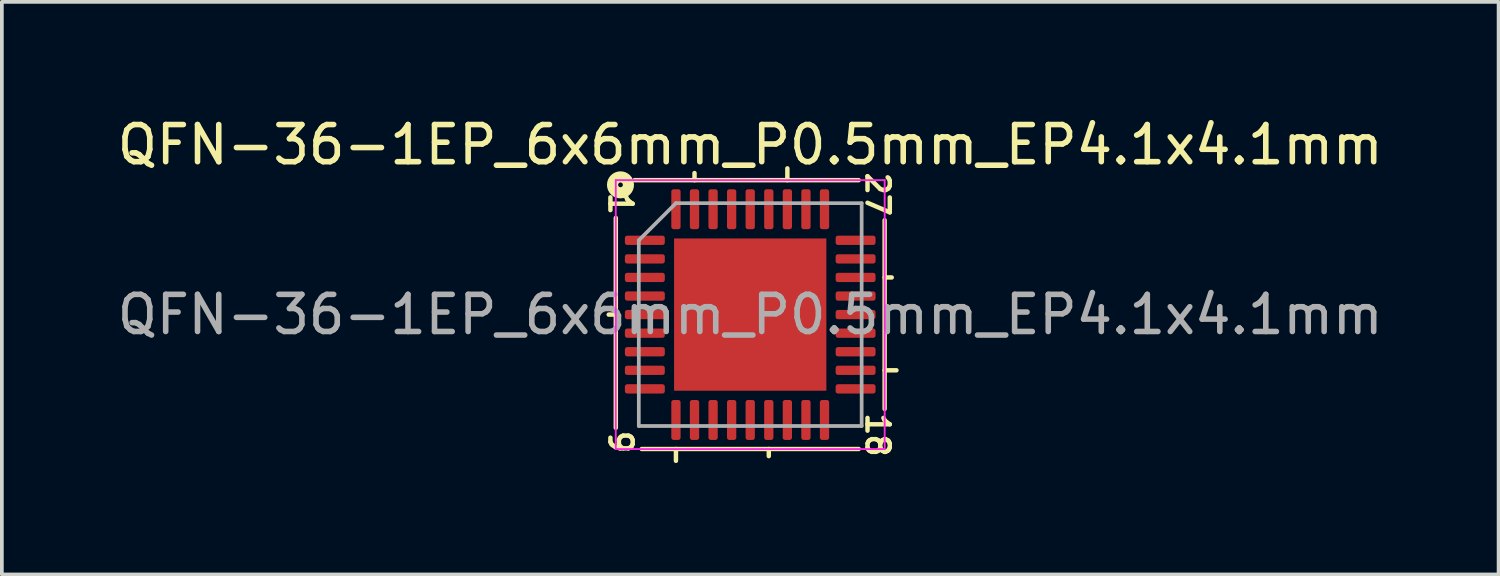
<source format=kicad_pcb>
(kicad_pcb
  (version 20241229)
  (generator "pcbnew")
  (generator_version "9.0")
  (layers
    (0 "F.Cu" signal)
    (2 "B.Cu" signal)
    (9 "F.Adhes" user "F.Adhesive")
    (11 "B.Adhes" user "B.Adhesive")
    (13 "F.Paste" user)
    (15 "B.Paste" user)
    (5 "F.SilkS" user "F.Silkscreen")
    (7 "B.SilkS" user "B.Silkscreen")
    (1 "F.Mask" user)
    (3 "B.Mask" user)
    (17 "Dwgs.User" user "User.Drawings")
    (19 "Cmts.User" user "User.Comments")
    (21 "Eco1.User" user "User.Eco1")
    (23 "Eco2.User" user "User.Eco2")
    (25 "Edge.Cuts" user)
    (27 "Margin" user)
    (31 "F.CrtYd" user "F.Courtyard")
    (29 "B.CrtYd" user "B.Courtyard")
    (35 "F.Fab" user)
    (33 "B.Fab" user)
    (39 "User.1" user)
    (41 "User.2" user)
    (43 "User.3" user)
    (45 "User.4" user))
  (footprint "QFN-36-1EP_6x6mm_P0.5mm_EP4.1x4.1mm"
    (layer "F.Cu")
    (at 17.149 5.42)
    (property "Reference" "QFN-36-1EP_6x6mm_P0.5mm_EP4.1x4.1mm" (at 0 -4.572 0) (layer "F.SilkS") (effects (font (size 1 1) (thickness 0.15))))
    (attr smd)
    (fp_line (start -3.619 -2.603) (end -3.619 3.048) (stroke (width 0.12) (type solid)) (layer "F.SilkS"))
    (fp_line (start -3.619 0) (end -3.81 0) (stroke (width 0.12) (type solid)) (layer "F.SilkS"))
    (fp_line (start -2.921 3.619) (end 2.921 3.619) (stroke (width 0.12) (type solid)) (layer "F.SilkS"))
    (fp_line (start -2 3.619) (end -2 3.937) (stroke (width 0.12) (type solid)) (layer "F.SilkS"))
    (fp_line (start -1.5 -3.619) (end -1.5 -3.81) (stroke (width 0.12) (type solid)) (layer "F.SilkS"))
    (fp_line (start 0.5 3.619) (end 0.5 3.81) (stroke (width 0.12) (type solid)) (layer "F.SilkS"))
    (fp_line (start 1 -3.619) (end 1 -3.937) (stroke (width 0.12) (type solid)) (layer "F.SilkS"))
    (fp_line (start 2.921 -3.619) (end -3.111 -3.619) (stroke (width 0.12) (type solid)) (layer "F.SilkS"))
    (fp_line (start 3.619 -1) (end 3.81 -1) (stroke (width 0.12) (type solid)) (layer "F.SilkS"))
    (fp_line (start 3.619 1.5) (end 3.937 1.5) (stroke (width 0.12) (type solid)) (layer "F.SilkS"))
    (fp_line (start 3.619 2.54) (end 3.619 -2.54) (stroke (width 0.12) (type solid)) (layer "F.SilkS"))
    (fp_circle (center -3.493 -3.493) (end -3.429 -3.493) (stroke (width 0.3) (type solid)) (fill no) (layer "F.SilkS"))
    (fp_line (start -3.62 -3.62) (end -3.62 3.62) (stroke (width 0.05) (type solid)) (layer "F.CrtYd"))
    (fp_line (start -3.62 3.62) (end 3.62 3.62) (stroke (width 0.05) (type solid)) (layer "F.CrtYd"))
    (fp_line (start 3.62 -3.62) (end -3.62 -3.62) (stroke (width 0.05) (type solid)) (layer "F.CrtYd"))
    (fp_line (start 3.62 3.62) (end 3.62 -3.62) (stroke (width 0.05) (type solid)) (layer "F.CrtYd"))
    (fp_line (start -3 -2) (end -2 -3) (stroke (width 0.1) (type solid)) (layer "F.Fab"))
    (fp_line (start -3 3) (end -3 -2) (stroke (width 0.1) (type solid)) (layer "F.Fab"))
    (fp_line (start -2 -3) (end 3 -3) (stroke (width 0.1) (type solid)) (layer "F.Fab"))
    (fp_line (start 3 -3) (end 3 3) (stroke (width 0.1) (type solid)) (layer "F.Fab"))
    (fp_line (start 3 3) (end -3 3) (stroke (width 0.1) (type solid)) (layer "F.Fab"))
    (fp_text user "18" (at 3.429 3.239 270) (unlocked yes) (layer "F.SilkS") (effects (font (size 0.6 0.6) (thickness 0.12))))
    (fp_text user "27" (at 3.429 -3.239 270) (unlocked yes) (layer "F.SilkS") (effects (font (size 0.6 0.6) (thickness 0.12))))
    (fp_text user "9" (at -3.493 3.429 270) (unlocked yes) (layer "F.SilkS") (effects (font (size 0.6 0.6) (thickness 0.12))))
    (fp_text user "1" (at -3.493 -2.985 270) (unlocked yes) (layer "F.SilkS") (effects (font (size 0.6 0.6) (thickness 0.12))))
    (fp_text user "${REFERENCE}" (at 0 0 0) (layer "F.Fab") (effects (font (size 1 1) (thickness 0.15))))
    (pad "" smd roundrect (at -1.37 -1.37) (size 1.1 1.1) (layers "F.Paste") (roundrect_rratio 0.227))
    (pad "" smd roundrect (at -1.37 0) (size 1.1 1.1) (layers "F.Paste") (roundrect_rratio 0.227))
    (pad "" smd roundrect (at -1.37 1.37) (size 1.1 1.1) (layers "F.Paste") (roundrect_rratio 0.227))
    (pad "" smd roundrect (at 0 -1.37) (size 1.1 1.1) (layers "F.Paste") (roundrect_rratio 0.227))
    (pad "" smd roundrect (at 0 0) (size 1.1 1.1) (layers "F.Paste") (roundrect_rratio 0.227))
    (pad "" smd roundrect (at 0 1.37) (size 1.1 1.1) (layers "F.Paste") (roundrect_rratio 0.227))
    (pad "" smd roundrect (at 1.37 -1.37) (size 1.1 1.1) (layers "F.Paste") (roundrect_rratio 0.227))
    (pad "" smd roundrect (at 1.37 0) (size 1.1 1.1) (layers "F.Paste") (roundrect_rratio 0.227))
    (pad "" smd roundrect (at 1.37 1.37) (size 1.1 1.1) (layers "F.Paste") (roundrect_rratio 0.227))
    (pad "1" smd roundrect (at -2.837 -2) (size 1.075 0.25) (layers "F.Cu" "F.Mask" "F.Paste") (roundrect_rratio 0.25))
    (pad "2" smd roundrect (at -2.837 -1.5) (size 1.075 0.25) (layers "F.Cu" "F.Mask" "F.Paste") (roundrect_rratio 0.25))
    (pad "3" smd roundrect (at -2.837 -1) (size 1.075 0.25) (layers "F.Cu" "F.Mask" "F.Paste") (roundrect_rratio 0.25))
    (pad "4" smd roundrect (at -2.837 -0.5) (size 1.075 0.25) (layers "F.Cu" "F.Mask" "F.Paste") (roundrect_rratio 0.25))
    (pad "5" smd roundrect (at -2.837 0) (size 1.075 0.25) (layers "F.Cu" "F.Mask" "F.Paste") (roundrect_rratio 0.25))
    (pad "6" smd roundrect (at -2.837 0.5) (size 1.075 0.25) (layers "F.Cu" "F.Mask" "F.Paste") (roundrect_rratio 0.25))
    (pad "7" smd roundrect (at -2.837 1) (size 1.075 0.25) (layers "F.Cu" "F.Mask" "F.Paste") (roundrect_rratio 0.25))
    (pad "8" smd roundrect (at -2.837 1.5) (size 1.075 0.25) (layers "F.Cu" "F.Mask" "F.Paste") (roundrect_rratio 0.25))
    (pad "9" smd roundrect (at -2.837 2) (size 1.075 0.25) (layers "F.Cu" "F.Mask" "F.Paste") (roundrect_rratio 0.25))
    (pad "10" smd roundrect (at -2 2.837) (size 0.25 1.075) (layers "F.Cu" "F.Mask" "F.Paste") (roundrect_rratio 0.25))
    (pad "11" smd roundrect (at -1.5 2.837) (size 0.25 1.075) (layers "F.Cu" "F.Mask" "F.Paste") (roundrect_rratio 0.25))
    (pad "12" smd roundrect (at -1 2.837) (size 0.25 1.075) (layers "F.Cu" "F.Mask" "F.Paste") (roundrect_rratio 0.25))
    (pad "13" smd roundrect (at -0.5 2.837) (size 0.25 1.075) (layers "F.Cu" "F.Mask" "F.Paste") (roundrect_rratio 0.25))
    (pad "14" smd roundrect (at 0 2.837) (size 0.25 1.075) (layers "F.Cu" "F.Mask" "F.Paste") (roundrect_rratio 0.25))
    (pad "15" smd roundrect (at 0.5 2.837) (size 0.25 1.075) (layers "F.Cu" "F.Mask" "F.Paste") (roundrect_rratio 0.25))
    (pad "16" smd roundrect (at 1 2.837) (size 0.25 1.075) (layers "F.Cu" "F.Mask" "F.Paste") (roundrect_rratio 0.25))
    (pad "17" smd roundrect (at 1.5 2.837) (size 0.25 1.075) (layers "F.Cu" "F.Mask" "F.Paste") (roundrect_rratio 0.25))
    (pad "18" smd roundrect (at 2 2.837) (size 0.25 1.075) (layers "F.Cu" "F.Mask" "F.Paste") (roundrect_rratio 0.25))
    (pad "19" smd roundrect (at 2.837 2) (size 1.075 0.25) (layers "F.Cu" "F.Mask" "F.Paste") (roundrect_rratio 0.25))
    (pad "20" smd roundrect (at 2.837 1.5) (size 1.075 0.25) (layers "F.Cu" "F.Mask" "F.Paste") (roundrect_rratio 0.25))
    (pad "21" smd roundrect (at 2.837 1) (size 1.075 0.25) (layers "F.Cu" "F.Mask" "F.Paste") (roundrect_rratio 0.25))
    (pad "22" smd roundrect (at 2.837 0.5) (size 1.075 0.25) (layers "F.Cu" "F.Mask" "F.Paste") (roundrect_rratio 0.25))
    (pad "23" smd roundrect (at 2.837 0) (size 1.075 0.25) (layers "F.Cu" "F.Mask" "F.Paste") (roundrect_rratio 0.25))
    (pad "24" smd roundrect (at 2.837 -0.5) (size 1.075 0.25) (layers "F.Cu" "F.Mask" "F.Paste") (roundrect_rratio 0.25))
    (pad "25" smd roundrect (at 2.837 -1) (size 1.075 0.25) (layers "F.Cu" "F.Mask" "F.Paste") (roundrect_rratio 0.25))
    (pad "26" smd roundrect (at 2.837 -1.5) (size 1.075 0.25) (layers "F.Cu" "F.Mask" "F.Paste") (roundrect_rratio 0.25))
    (pad "27" smd roundrect (at 2.837 -2) (size 1.075 0.25) (layers "F.Cu" "F.Mask" "F.Paste") (roundrect_rratio 0.25))
    (pad "28" smd roundrect (at 2 -2.837) (size 0.25 1.075) (layers "F.Cu" "F.Mask" "F.Paste") (roundrect_rratio 0.25))
    (pad "29" smd roundrect (at 1.5 -2.837) (size 0.25 1.075) (layers "F.Cu" "F.Mask" "F.Paste") (roundrect_rratio 0.25))
    (pad "30" smd roundrect (at 1 -2.837) (size 0.25 1.075) (layers "F.Cu" "F.Mask" "F.Paste") (roundrect_rratio 0.25))
    (pad "31" smd roundrect (at 0.5 -2.837) (size 0.25 1.075) (layers "F.Cu" "F.Mask" "F.Paste") (roundrect_rratio 0.25))
    (pad "32" smd roundrect (at 0 -2.837) (size 0.25 1.075) (layers "F.Cu" "F.Mask" "F.Paste") (roundrect_rratio 0.25))
    (pad "33" smd roundrect (at -0.5 -2.837) (size 0.25 1.075) (layers "F.Cu" "F.Mask" "F.Paste") (roundrect_rratio 0.25))
    (pad "34" smd roundrect (at -1 -2.837) (size 0.25 1.075) (layers "F.Cu" "F.Mask" "F.Paste") (roundrect_rratio 0.25))
    (pad "35" smd roundrect (at -1.5 -2.837) (size 0.25 1.075) (layers "F.Cu" "F.Mask" "F.Paste") (roundrect_rratio 0.25))
    (pad "36" smd roundrect (at -2 -2.837) (size 0.25 1.075) (layers "F.Cu" "F.Mask" "F.Paste") (roundrect_rratio 0.25))
    (pad "37" smd rect (at 0 0) (size 4.1 4.1) (layers "F.Cu" "F.Mask")))
  (gr_rect
    (start -3 -3)
    (end 37.298 12.417)
    (stroke (width 0.1) (type default))
    (fill no)
    (layer "Edge.Cuts")))
</source>
